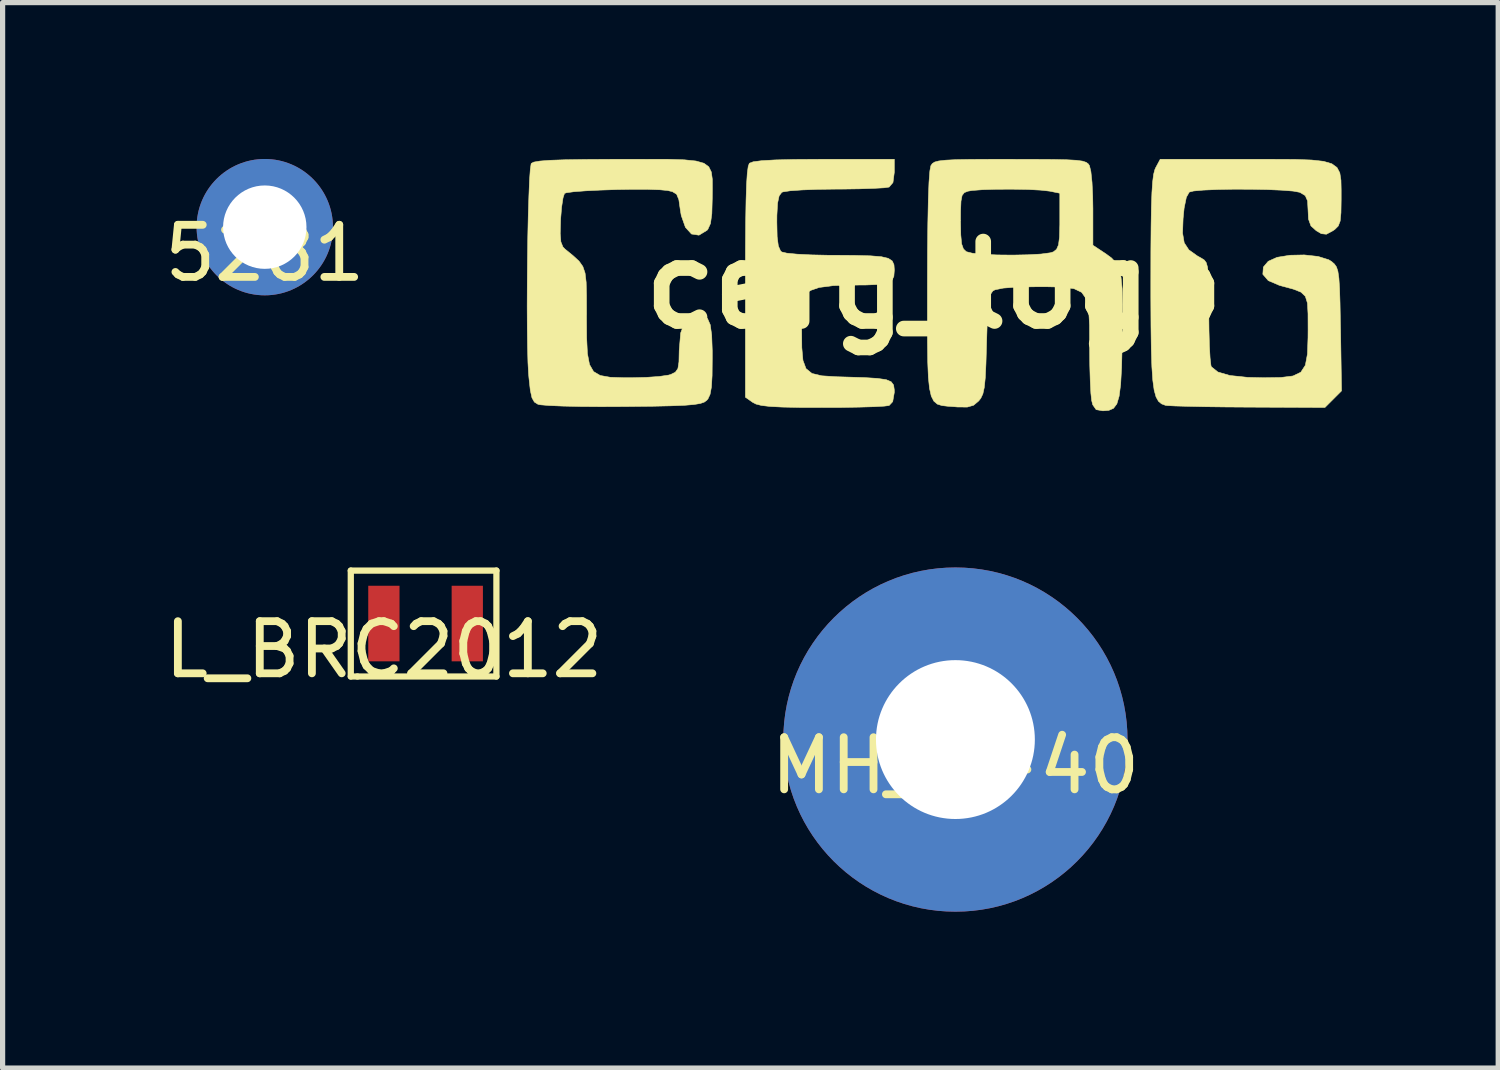
<source format=kicad_pcb>
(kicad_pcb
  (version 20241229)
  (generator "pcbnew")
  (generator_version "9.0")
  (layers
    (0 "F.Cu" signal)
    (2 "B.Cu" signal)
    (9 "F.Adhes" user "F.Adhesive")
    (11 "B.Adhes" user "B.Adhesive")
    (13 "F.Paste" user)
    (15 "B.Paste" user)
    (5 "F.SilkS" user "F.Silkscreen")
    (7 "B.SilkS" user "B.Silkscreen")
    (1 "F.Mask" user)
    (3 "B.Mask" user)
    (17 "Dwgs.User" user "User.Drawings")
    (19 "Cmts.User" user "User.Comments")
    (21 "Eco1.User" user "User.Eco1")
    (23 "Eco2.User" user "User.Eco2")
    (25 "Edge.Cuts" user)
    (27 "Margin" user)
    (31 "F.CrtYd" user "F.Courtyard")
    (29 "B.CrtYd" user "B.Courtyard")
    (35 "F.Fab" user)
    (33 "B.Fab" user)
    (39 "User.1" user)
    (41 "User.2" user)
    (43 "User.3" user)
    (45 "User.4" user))
  (footprint "L_BRC2012"
    (layer "F.Cu")
    (at 4.315 8.913)
    (property "Reference" "L_BRC2012" (at 0 0.5 0) (layer "F.SilkS") (effects (font (size 1 1) (thickness 0.15))))
    (attr through_hole)
    (fp_line (start -0.635 -1.016) (end 2.159 -1.016) (stroke (width 0.12) (type solid)) (layer "F.SilkS"))
    (fp_line (start -0.635 1.016) (end -0.635 -1.016) (stroke (width 0.12) (type solid)) (layer "F.SilkS"))
    (fp_line (start -0.508 1.016) (end -0.635 1.016) (stroke (width 0.12) (type solid)) (layer "F.SilkS"))
    (fp_line (start 2.159 -1.016) (end 2.159 1.016) (stroke (width 0.12) (type solid)) (layer "F.SilkS"))
    (fp_line (start 2.159 1.016) (end -0.508 1.016) (stroke (width 0.12) (type solid)) (layer "F.SilkS"))
    (pad "1" smd rect (at 0 0) (size 0.6 1.45) (layers "F.Cu" "F.Mask" "F.Paste"))
    (pad "2" smd rect (at 1.6 0) (size 0.6 1.45) (layers "F.Cu" "F.Mask" "F.Paste")))
  (footprint "cerg_logo"
    (layer "F.Cu")
    (at 14.87 2.419)
    (property "Reference" "cerg_logo" (at 0 0 0) (layer "F.SilkS") (effects (font (size 1.524 1.524) (thickness 0.3))))
    (attr through_hole)
    (fp_poly (pts (xy -0.762 -2.166) (xy -0.788 -1.967) (xy -0.862 -1.88) (xy -0.959 -1.866) (xy -1.158 -1.855) (xy -1.432 -1.846) (xy -1.757 -1.841) (xy -1.894 -1.841) (xy -2.232 -1.836) (xy -2.528 -1.825) (xy -2.758 -1.809) (xy -2.897 -1.788) (xy -2.921 -1.779) (xy -2.972 -1.711) (xy -3.002 -1.571) (xy -3.015 -1.337) (xy -3.016 -1.207) (xy -3.01 -0.926) (xy -2.987 -0.75) (xy -2.945 -0.655) (xy -2.921 -0.634) (xy -2.825 -0.612) (xy -2.629 -0.593) (xy -2.357 -0.579) (xy -2.037 -0.572) (xy -1.937 -0.572) (xy -1.524 -0.569) (xy -1.221 -0.561) (xy -1.011 -0.544) (xy -0.877 -0.512) (xy -0.802 -0.462) (xy -0.769 -0.391) (xy -0.762 -0.293) (xy -0.762 -0.285) (xy -0.771 -0.167) (xy -0.81 -0.087) (xy -0.902 -0.038) (xy -1.065 -0.011) (xy -1.32 -0.001) (xy -1.564 0) (xy -1.939 0.011) (xy -2.204 0.046) (xy -2.353 0.097) (xy -2.54 0.194) (xy -2.54 0.847) (xy -2.537 1.199) (xy -2.515 1.445) (xy -2.456 1.604) (xy -2.342 1.696) (xy -2.155 1.741) (xy -1.876 1.759) (xy -1.704 1.764) (xy -1.34 1.775) (xy -1.085 1.791) (xy -0.918 1.815) (xy -0.822 1.856) (xy -0.776 1.918) (xy -0.763 2.008) (xy -0.762 2.058) (xy -0.793 2.237) (xy -0.862 2.311) (xy -0.956 2.323) (xy -1.154 2.334) (xy -1.435 2.342) (xy -1.778 2.348) (xy -2.15 2.349) (xy -2.586 2.348) (xy -2.912 2.341) (xy -3.148 2.329) (xy -3.31 2.31) (xy -3.416 2.283) (xy -3.478 2.251) (xy -3.619 2.152) (xy -3.619 -0.054) (xy -3.618 -0.692) (xy -3.614 -1.211) (xy -3.607 -1.62) (xy -3.597 -1.929) (xy -3.583 -2.145) (xy -3.565 -2.278) (xy -3.543 -2.337) (xy -3.47 -2.365) (xy -3.308 -2.386) (xy -3.048 -2.401) (xy -2.68 -2.41) (xy -2.196 -2.413) (xy -2.115 -2.413) (xy -0.762 -2.413) (xy -0.762 -2.166)) (stroke (width 0.01) (type solid)) (fill yes) (layer "F.SilkS"))
    (fp_poly (pts (xy -5.1 -2.413) (xy -4.791 -2.403) (xy -4.567 -2.38) (xy -4.415 -2.337) (xy -4.322 -2.269) (xy -4.273 -2.169) (xy -4.254 -2.032) (xy -4.253 -1.852) (xy -4.255 -1.66) (xy -4.263 -1.369) (xy -4.289 -1.181) (xy -4.339 -1.07) (xy -4.354 -1.052) (xy -4.51 -0.957) (xy -4.653 -0.979) (xy -4.77 -1.108) (xy -4.85 -1.334) (xy -4.868 -1.443) (xy -4.896 -1.639) (xy -4.939 -1.743) (xy -5.019 -1.792) (xy -5.11 -1.814) (xy -5.259 -1.828) (xy -5.49 -1.836) (xy -5.775 -1.837) (xy -6.086 -1.832) (xy -6.398 -1.822) (xy -6.681 -1.808) (xy -6.909 -1.791) (xy -7.054 -1.771) (xy -7.09 -1.758) (xy -7.118 -1.673) (xy -7.145 -1.497) (xy -7.164 -1.267) (xy -7.165 -1.243) (xy -7.172 -0.988) (xy -7.159 -0.828) (xy -7.12 -0.732) (xy -7.081 -0.691) (xy -6.923 -0.562) (xy -6.811 -0.459) (xy -6.738 -0.356) (xy -6.695 -0.229) (xy -6.674 -0.053) (xy -6.668 0.198) (xy -6.667 0.548) (xy -6.668 0.598) (xy -6.665 1.011) (xy -6.65 1.315) (xy -6.61 1.525) (xy -6.532 1.66) (xy -6.404 1.735) (xy -6.213 1.769) (xy -5.947 1.778) (xy -5.802 1.778) (xy -5.522 1.771) (xy -5.274 1.754) (xy -5.096 1.728) (xy -5.052 1.716) (xy -4.963 1.672) (xy -4.914 1.602) (xy -4.894 1.474) (xy -4.889 1.254) (xy -4.861 0.919) (xy -4.776 0.695) (xy -4.636 0.584) (xy -4.549 0.572) (xy -4.429 0.586) (xy -4.346 0.643) (xy -4.294 0.761) (xy -4.266 0.959) (xy -4.255 1.257) (xy -4.255 1.414) (xy -4.258 1.736) (xy -4.271 1.956) (xy -4.297 2.097) (xy -4.338 2.185) (xy -4.361 2.211) (xy -4.409 2.246) (xy -4.485 2.272) (xy -4.607 2.292) (xy -4.788 2.307) (xy -5.046 2.317) (xy -5.396 2.325) (xy -5.854 2.33) (xy -5.964 2.331) (xy -6.395 2.333) (xy -6.789 2.33) (xy -7.126 2.322) (xy -7.388 2.311) (xy -7.553 2.297) (xy -7.598 2.288) (xy -7.668 2.244) (xy -7.714 2.163) (xy -7.746 2.018) (xy -7.772 1.78) (xy -7.779 1.702) (xy -7.791 1.485) (xy -7.799 1.183) (xy -7.804 0.816) (xy -7.806 0.402) (xy -7.804 -0.041) (xy -7.8 -0.492) (xy -7.794 -0.933) (xy -7.785 -1.345) (xy -7.773 -1.709) (xy -7.761 -2.007) (xy -7.746 -2.219) (xy -7.73 -2.327) (xy -7.727 -2.334) (xy -7.679 -2.359) (xy -7.562 -2.379) (xy -7.367 -2.394) (xy -7.081 -2.404) (xy -6.694 -2.41) (xy -6.194 -2.413) (xy -6.031 -2.413) (xy -5.509 -2.414) (xy -5.1 -2.413)) (stroke (width 0.01) (type solid)) (fill yes) (layer "F.SilkS"))
    (fp_poly (pts (xy 6.924 -2.411) (xy 7.242 -2.399) (xy 7.473 -2.374) (xy 7.632 -2.327) (xy 7.731 -2.255) (xy 7.785 -2.152) (xy 7.807 -2.01) (xy 7.811 -1.826) (xy 7.811 -1.638) (xy 7.807 -1.386) (xy 7.792 -1.229) (xy 7.755 -1.133) (xy 7.689 -1.067) (xy 7.652 -1.042) (xy 7.527 -0.975) (xy 7.43 -0.986) (xy 7.334 -1.042) (xy 7.231 -1.135) (xy 7.184 -1.265) (xy 7.176 -1.432) (xy 7.166 -1.616) (xy 7.122 -1.716) (xy 7.026 -1.774) (xy 7.013 -1.78) (xy 6.889 -1.803) (xy 6.672 -1.82) (xy 6.391 -1.832) (xy 6.072 -1.838) (xy 5.744 -1.839) (xy 5.434 -1.833) (xy 5.171 -1.822) (xy 4.981 -1.805) (xy 4.897 -1.784) (xy 4.841 -1.685) (xy 4.798 -1.476) (xy 4.778 -1.274) (xy 4.768 -0.997) (xy 4.8 -0.81) (xy 4.888 -0.676) (xy 5.05 -0.56) (xy 5.132 -0.514) (xy 5.185 -0.48) (xy 5.222 -0.43) (xy 5.247 -0.343) (xy 5.262 -0.201) (xy 5.269 0.019) (xy 5.271 0.336) (xy 5.271 0.526) (xy 5.275 0.868) (xy 5.283 1.166) (xy 5.296 1.398) (xy 5.312 1.539) (xy 5.32 1.568) (xy 5.445 1.668) (xy 5.675 1.735) (xy 6.017 1.771) (xy 6.322 1.778) (xy 6.655 1.773) (xy 6.887 1.744) (xy 7.037 1.672) (xy 7.124 1.538) (xy 7.164 1.323) (xy 7.175 1.007) (xy 7.176 0.856) (xy 7.175 0.551) (xy 7.164 0.346) (xy 7.124 0.217) (xy 7.04 0.136) (xy 6.893 0.078) (xy 6.667 0.017) (xy 6.624 0.005) (xy 6.412 -0.086) (xy 6.308 -0.207) (xy 6.318 -0.345) (xy 6.412 -0.456) (xy 6.581 -0.532) (xy 6.827 -0.572) (xy 7.104 -0.578) (xy 7.368 -0.549) (xy 7.573 -0.485) (xy 7.629 -0.45) (xy 7.682 -0.403) (xy 7.721 -0.347) (xy 7.748 -0.264) (xy 7.767 -0.134) (xy 7.78 0.062) (xy 7.789 0.341) (xy 7.796 0.723) (xy 7.799 0.85) (xy 7.818 2.03) (xy 7.499 2.349) (xy 6.02 2.342) (xy 5.594 2.339) (xy 5.208 2.334) (xy 4.879 2.327) (xy 4.629 2.32) (xy 4.475 2.312) (xy 4.438 2.307) (xy 4.365 2.279) (xy 4.306 2.23) (xy 4.259 2.146) (xy 4.223 2.016) (xy 4.197 1.827) (xy 4.179 1.566) (xy 4.168 1.222) (xy 4.162 0.782) (xy 4.159 0.232) (xy 4.159 -0.064) (xy 4.16 -0.65) (xy 4.164 -1.122) (xy 4.17 -1.492) (xy 4.18 -1.774) (xy 4.194 -1.98) (xy 4.212 -2.122) (xy 4.236 -2.214) (xy 4.249 -2.245) (xy 4.339 -2.413) (xy 5.976 -2.413) (xy 6.507 -2.413) (xy 6.924 -2.411)) (stroke (width 0.01) (type solid)) (fill yes) (layer "F.SilkS"))
    (fp_poly (pts (xy 1.928 -2.412) (xy 2.284 -2.41) (xy 2.546 -2.404) (xy 2.728 -2.394) (xy 2.848 -2.378) (xy 2.92 -2.354) (xy 2.961 -2.323) (xy 2.982 -2.29) (xy 3.009 -2.178) (xy 3.031 -1.972) (xy 3.044 -1.702) (xy 3.048 -1.466) (xy 3.048 -0.764) (xy 3.299 -0.598) (xy 3.407 -0.518) (xy 3.489 -0.429) (xy 3.548 -0.313) (xy 3.587 -0.153) (xy 3.609 0.069) (xy 3.618 0.369) (xy 3.616 0.765) (xy 3.609 1.155) (xy 3.598 1.586) (xy 3.58 1.907) (xy 3.551 2.132) (xy 3.507 2.28) (xy 3.443 2.365) (xy 3.353 2.404) (xy 3.239 2.413) (xy 3.11 2.39) (xy 3.045 2.297) (xy 3.024 2.215) (xy 3.009 2.077) (xy 2.997 1.843) (xy 2.988 1.545) (xy 2.985 1.214) (xy 2.985 1.174) (xy 2.983 0.768) (xy 2.967 0.472) (xy 2.922 0.268) (xy 2.833 0.14) (xy 2.685 0.069) (xy 2.463 0.039) (xy 2.15 0.032) (xy 1.984 0.032) (xy 1.597 0.038) (xy 1.329 0.058) (xy 1.169 0.091) (xy 1.128 0.113) (xy 1.088 0.171) (xy 1.058 0.28) (xy 1.036 0.459) (xy 1.02 0.726) (xy 1.008 1.1) (xy 1.007 1.139) (xy 0.996 1.511) (xy 0.983 1.779) (xy 0.964 1.964) (xy 0.937 2.087) (xy 0.898 2.17) (xy 0.857 2.223) (xy 0.759 2.306) (xy 0.638 2.341) (xy 0.446 2.339) (xy 0.401 2.335) (xy 0.263 2.325) (xy 0.151 2.312) (xy 0.063 2.284) (xy -0.004 2.227) (xy -0.053 2.131) (xy -0.087 1.982) (xy -0.109 1.769) (xy -0.121 1.478) (xy -0.126 1.098) (xy -0.127 0.616) (xy -0.127 0.02) (xy -0.127 -0.012) (xy -0.125 -0.65) (xy -0.119 -1.194) (xy -0.118 -1.234) (xy 0.508 -1.234) (xy 0.513 -0.963) (xy 0.529 -0.791) (xy 0.564 -0.693) (xy 0.619 -0.64) (xy 0.735 -0.611) (xy 0.944 -0.59) (xy 1.213 -0.578) (xy 1.51 -0.575) (xy 1.8 -0.581) (xy 2.052 -0.595) (xy 2.231 -0.619) (xy 2.29 -0.637) (xy 2.351 -0.686) (xy 2.388 -0.771) (xy 2.407 -0.92) (xy 2.413 -1.16) (xy 2.413 -1.233) (xy 2.413 -1.762) (xy 2.215 -1.802) (xy 2.048 -1.821) (xy 1.8 -1.834) (xy 1.507 -1.839) (xy 1.207 -1.838) (xy 0.936 -1.83) (xy 0.731 -1.815) (xy 0.651 -1.801) (xy 0.581 -1.774) (xy 0.538 -1.719) (xy 0.517 -1.609) (xy 0.509 -1.417) (xy 0.508 -1.234) (xy -0.118 -1.234) (xy -0.11 -1.636) (xy -0.097 -1.971) (xy -0.08 -2.191) (xy -0.061 -2.29) (xy -0.034 -2.33) (xy 0.012 -2.36) (xy 0.092 -2.381) (xy 0.223 -2.396) (xy 0.419 -2.406) (xy 0.698 -2.411) (xy 1.075 -2.413) (xy 1.46 -2.413) (xy 1.928 -2.412)) (stroke (width 0.01) (type solid)) (fill yes) (layer "F.SilkS")))
  (footprint "5281"
    (layer "F.Cu")
    (at 2.03 1.308)
    (property "Reference" "5281" (at 0 0.5 0) (layer "F.SilkS") (effects (font (size 1 1) (thickness 0.15))))
    (attr through_hole)
    (pad "1" thru_hole circle (at 0 0) (size 2.616 2.616) (drill 1.6) (layers "*.Cu" "*.Mask")))
  (footprint "MH_4-40"
    (layer "F.Cu")
    (at 15.28 11.139)
    (property "Reference" "MH_4-40" (at 0 0.5 0) (layer "F.SilkS") (effects (font (size 1 1) (thickness 0.15))))
    (attr through_hole)
    (pad "1" thru_hole circle (at 0 0) (size 6.604 6.604) (drill 3.048) (layers "*.Cu" "*.Mask")))
  (gr_rect
    (start -3 -3)
    (end 25.694 17.441)
    (stroke (width 0.1) (type default))
    (fill no)
    (layer "Edge.Cuts")))
</source>
